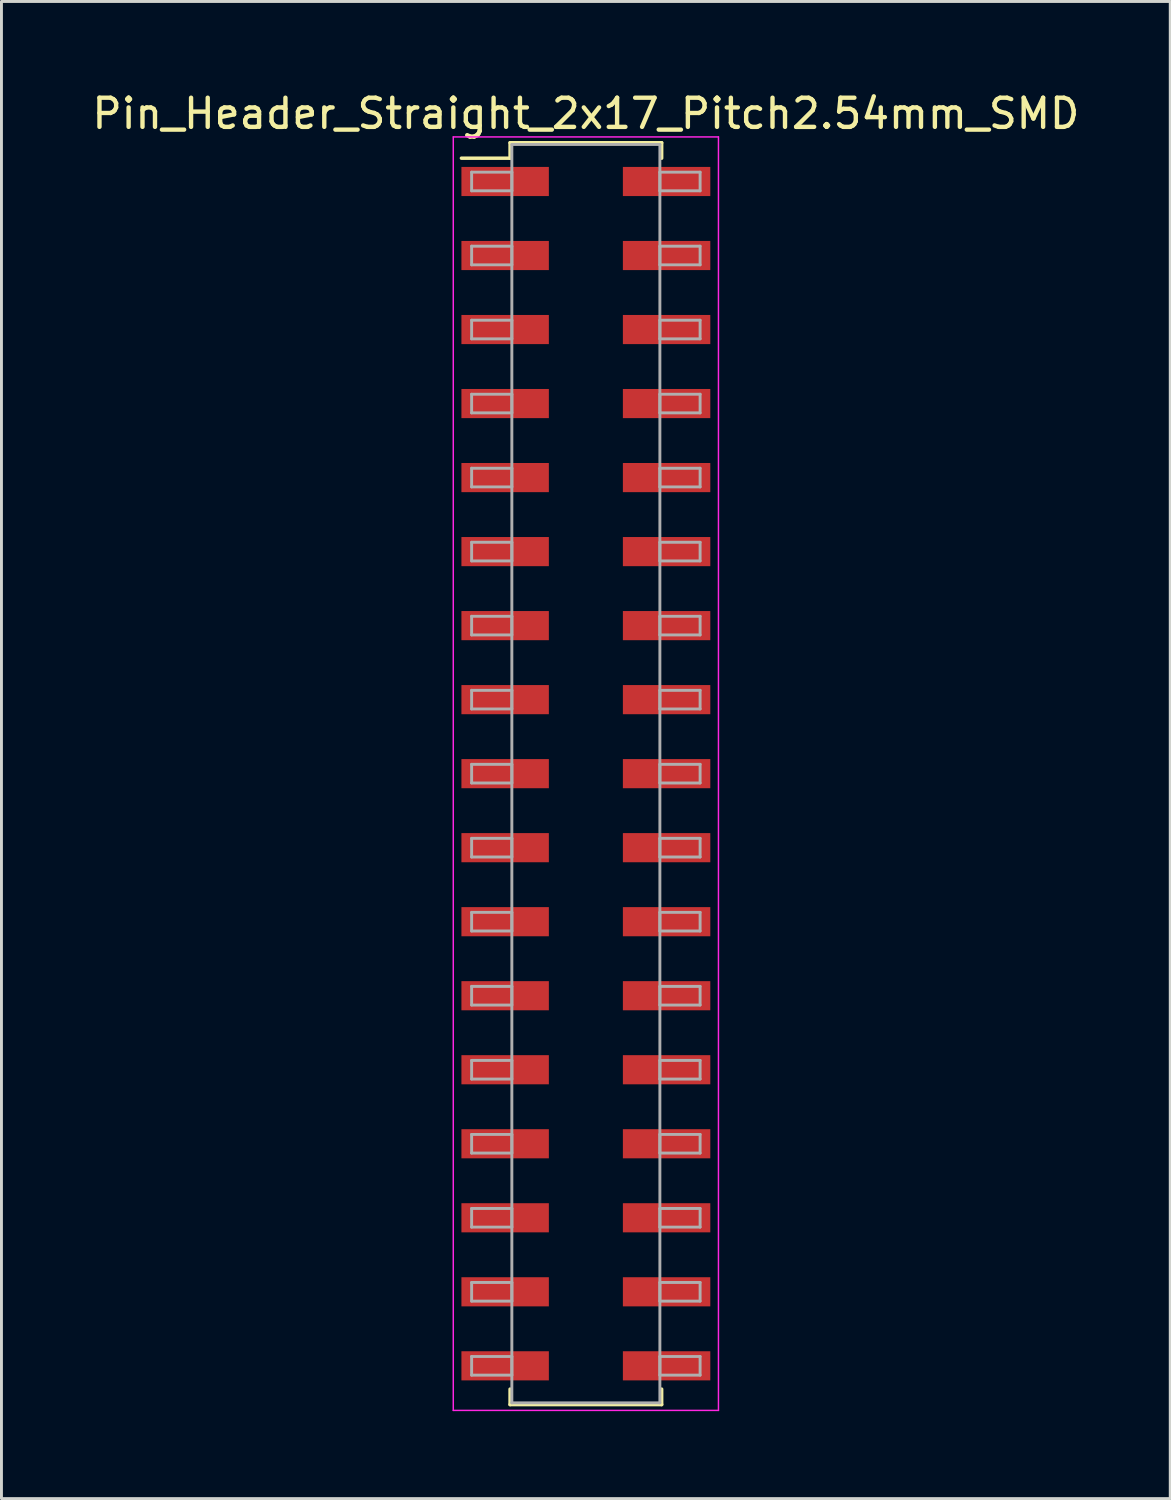
<source format=kicad_pcb>
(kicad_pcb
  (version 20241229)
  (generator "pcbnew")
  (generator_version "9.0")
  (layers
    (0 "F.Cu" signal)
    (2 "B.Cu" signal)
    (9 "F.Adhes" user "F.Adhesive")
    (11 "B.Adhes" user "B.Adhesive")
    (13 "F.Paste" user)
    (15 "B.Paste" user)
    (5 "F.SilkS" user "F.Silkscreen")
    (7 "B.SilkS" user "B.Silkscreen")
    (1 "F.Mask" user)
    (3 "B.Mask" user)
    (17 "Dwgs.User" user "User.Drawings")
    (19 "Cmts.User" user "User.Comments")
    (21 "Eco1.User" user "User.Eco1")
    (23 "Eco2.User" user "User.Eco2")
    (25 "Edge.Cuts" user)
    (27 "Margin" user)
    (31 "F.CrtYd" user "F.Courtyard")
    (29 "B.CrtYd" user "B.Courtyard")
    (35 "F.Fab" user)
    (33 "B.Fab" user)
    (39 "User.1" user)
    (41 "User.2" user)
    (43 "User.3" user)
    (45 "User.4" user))
  (footprint "Pin_Header_Straight_2x17_Pitch2.54mm_SMD"
    (layer "F.Cu")
    (at 17.054 23.498)
    (property "Reference" "Pin_Header_Straight_2x17_Pitch2.54mm_SMD" (at 0 -22.65 0) (layer "F.SilkS") (effects (font (size 1 1) (thickness 0.15))))
    (attr smd)
    (fp_line (start -4.27 -21.12) (end -2.6 -21.12) (stroke (width 0.12) (type solid)) (layer "F.SilkS"))
    (fp_line (start -2.6 -21.65) (end 2.6 -21.65) (stroke (width 0.12) (type solid)) (layer "F.SilkS"))
    (fp_line (start -2.6 -21.12) (end -2.6 -21.65) (stroke (width 0.12) (type solid)) (layer "F.SilkS"))
    (fp_line (start -2.6 21.12) (end -2.6 21.65) (stroke (width 0.12) (type solid)) (layer "F.SilkS"))
    (fp_line (start -2.6 21.65) (end 2.6 21.65) (stroke (width 0.12) (type solid)) (layer "F.SilkS"))
    (fp_line (start 2.6 -21.65) (end 2.6 -21.12) (stroke (width 0.12) (type solid)) (layer "F.SilkS"))
    (fp_line (start 2.6 21.65) (end 2.6 21.12) (stroke (width 0.12) (type solid)) (layer "F.SilkS"))
    (fp_line (start -4.55 -21.85) (end -4.55 21.85) (stroke (width 0.05) (type solid)) (layer "F.CrtYd"))
    (fp_line (start -4.55 21.85) (end 4.55 21.85) (stroke (width 0.05) (type solid)) (layer "F.CrtYd"))
    (fp_line (start 4.55 -21.85) (end -4.55 -21.85) (stroke (width 0.05) (type solid)) (layer "F.CrtYd"))
    (fp_line (start 4.55 21.85) (end 4.55 -21.85) (stroke (width 0.05) (type solid)) (layer "F.CrtYd"))
    (fp_line (start -3.92 -20.64) (end -2.54 -20.64) (stroke (width 0.1) (type solid)) (layer "F.Fab"))
    (fp_line (start -3.92 -20) (end -3.92 -20.64) (stroke (width 0.1) (type solid)) (layer "F.Fab"))
    (fp_line (start -3.92 -18.1) (end -2.54 -18.1) (stroke (width 0.1) (type solid)) (layer "F.Fab"))
    (fp_line (start -3.92 -17.46) (end -3.92 -18.1) (stroke (width 0.1) (type solid)) (layer "F.Fab"))
    (fp_line (start -3.92 -15.56) (end -2.54 -15.56) (stroke (width 0.1) (type solid)) (layer "F.Fab"))
    (fp_line (start -3.92 -14.92) (end -3.92 -15.56) (stroke (width 0.1) (type solid)) (layer "F.Fab"))
    (fp_line (start -3.92 -13.02) (end -2.54 -13.02) (stroke (width 0.1) (type solid)) (layer "F.Fab"))
    (fp_line (start -3.92 -12.38) (end -3.92 -13.02) (stroke (width 0.1) (type solid)) (layer "F.Fab"))
    (fp_line (start -3.92 -10.48) (end -2.54 -10.48) (stroke (width 0.1) (type solid)) (layer "F.Fab"))
    (fp_line (start -3.92 -9.84) (end -3.92 -10.48) (stroke (width 0.1) (type solid)) (layer "F.Fab"))
    (fp_line (start -3.92 -7.94) (end -2.54 -7.94) (stroke (width 0.1) (type solid)) (layer "F.Fab"))
    (fp_line (start -3.92 -7.3) (end -3.92 -7.94) (stroke (width 0.1) (type solid)) (layer "F.Fab"))
    (fp_line (start -3.92 -5.4) (end -2.54 -5.4) (stroke (width 0.1) (type solid)) (layer "F.Fab"))
    (fp_line (start -3.92 -4.76) (end -3.92 -5.4) (stroke (width 0.1) (type solid)) (layer "F.Fab"))
    (fp_line (start -3.92 -2.86) (end -2.54 -2.86) (stroke (width 0.1) (type solid)) (layer "F.Fab"))
    (fp_line (start -3.92 -2.22) (end -3.92 -2.86) (stroke (width 0.1) (type solid)) (layer "F.Fab"))
    (fp_line (start -3.92 -0.32) (end -2.54 -0.32) (stroke (width 0.1) (type solid)) (layer "F.Fab"))
    (fp_line (start -3.92 0.32) (end -3.92 -0.32) (stroke (width 0.1) (type solid)) (layer "F.Fab"))
    (fp_line (start -3.92 2.22) (end -2.54 2.22) (stroke (width 0.1) (type solid)) (layer "F.Fab"))
    (fp_line (start -3.92 2.86) (end -3.92 2.22) (stroke (width 0.1) (type solid)) (layer "F.Fab"))
    (fp_line (start -3.92 4.76) (end -2.54 4.76) (stroke (width 0.1) (type solid)) (layer "F.Fab"))
    (fp_line (start -3.92 5.4) (end -3.92 4.76) (stroke (width 0.1) (type solid)) (layer "F.Fab"))
    (fp_line (start -3.92 7.3) (end -2.54 7.3) (stroke (width 0.1) (type solid)) (layer "F.Fab"))
    (fp_line (start -3.92 7.94) (end -3.92 7.3) (stroke (width 0.1) (type solid)) (layer "F.Fab"))
    (fp_line (start -3.92 9.84) (end -2.54 9.84) (stroke (width 0.1) (type solid)) (layer "F.Fab"))
    (fp_line (start -3.92 10.48) (end -3.92 9.84) (stroke (width 0.1) (type solid)) (layer "F.Fab"))
    (fp_line (start -3.92 12.38) (end -2.54 12.38) (stroke (width 0.1) (type solid)) (layer "F.Fab"))
    (fp_line (start -3.92 13.02) (end -3.92 12.38) (stroke (width 0.1) (type solid)) (layer "F.Fab"))
    (fp_line (start -3.92 14.92) (end -2.54 14.92) (stroke (width 0.1) (type solid)) (layer "F.Fab"))
    (fp_line (start -3.92 15.56) (end -3.92 14.92) (stroke (width 0.1) (type solid)) (layer "F.Fab"))
    (fp_line (start -3.92 17.46) (end -2.54 17.46) (stroke (width 0.1) (type solid)) (layer "F.Fab"))
    (fp_line (start -3.92 18.1) (end -3.92 17.46) (stroke (width 0.1) (type solid)) (layer "F.Fab"))
    (fp_line (start -3.92 20) (end -2.54 20) (stroke (width 0.1) (type solid)) (layer "F.Fab"))
    (fp_line (start -3.92 20.64) (end -3.92 20) (stroke (width 0.1) (type solid)) (layer "F.Fab"))
    (fp_line (start -2.54 -21.59) (end -2.54 21.59) (stroke (width 0.1) (type solid)) (layer "F.Fab"))
    (fp_line (start -2.54 -20.64) (end -2.54 -20) (stroke (width 0.1) (type solid)) (layer "F.Fab"))
    (fp_line (start -2.54 -20) (end -3.92 -20) (stroke (width 0.1) (type solid)) (layer "F.Fab"))
    (fp_line (start -2.54 -18.1) (end -2.54 -17.46) (stroke (width 0.1) (type solid)) (layer "F.Fab"))
    (fp_line (start -2.54 -17.46) (end -3.92 -17.46) (stroke (width 0.1) (type solid)) (layer "F.Fab"))
    (fp_line (start -2.54 -15.56) (end -2.54 -14.92) (stroke (width 0.1) (type solid)) (layer "F.Fab"))
    (fp_line (start -2.54 -14.92) (end -3.92 -14.92) (stroke (width 0.1) (type solid)) (layer "F.Fab"))
    (fp_line (start -2.54 -13.02) (end -2.54 -12.38) (stroke (width 0.1) (type solid)) (layer "F.Fab"))
    (fp_line (start -2.54 -12.38) (end -3.92 -12.38) (stroke (width 0.1) (type solid)) (layer "F.Fab"))
    (fp_line (start -2.54 -10.48) (end -2.54 -9.84) (stroke (width 0.1) (type solid)) (layer "F.Fab"))
    (fp_line (start -2.54 -9.84) (end -3.92 -9.84) (stroke (width 0.1) (type solid)) (layer "F.Fab"))
    (fp_line (start -2.54 -7.94) (end -2.54 -7.3) (stroke (width 0.1) (type solid)) (layer "F.Fab"))
    (fp_line (start -2.54 -7.3) (end -3.92 -7.3) (stroke (width 0.1) (type solid)) (layer "F.Fab"))
    (fp_line (start -2.54 -5.4) (end -2.54 -4.76) (stroke (width 0.1) (type solid)) (layer "F.Fab"))
    (fp_line (start -2.54 -4.76) (end -3.92 -4.76) (stroke (width 0.1) (type solid)) (layer "F.Fab"))
    (fp_line (start -2.54 -2.86) (end -2.54 -2.22) (stroke (width 0.1) (type solid)) (layer "F.Fab"))
    (fp_line (start -2.54 -2.22) (end -3.92 -2.22) (stroke (width 0.1) (type solid)) (layer "F.Fab"))
    (fp_line (start -2.54 -0.32) (end -2.54 0.32) (stroke (width 0.1) (type solid)) (layer "F.Fab"))
    (fp_line (start -2.54 0.32) (end -3.92 0.32) (stroke (width 0.1) (type solid)) (layer "F.Fab"))
    (fp_line (start -2.54 2.22) (end -2.54 2.86) (stroke (width 0.1) (type solid)) (layer "F.Fab"))
    (fp_line (start -2.54 2.86) (end -3.92 2.86) (stroke (width 0.1) (type solid)) (layer "F.Fab"))
    (fp_line (start -2.54 4.76) (end -2.54 5.4) (stroke (width 0.1) (type solid)) (layer "F.Fab"))
    (fp_line (start -2.54 5.4) (end -3.92 5.4) (stroke (width 0.1) (type solid)) (layer "F.Fab"))
    (fp_line (start -2.54 7.3) (end -2.54 7.94) (stroke (width 0.1) (type solid)) (layer "F.Fab"))
    (fp_line (start -2.54 7.94) (end -3.92 7.94) (stroke (width 0.1) (type solid)) (layer "F.Fab"))
    (fp_line (start -2.54 9.84) (end -2.54 10.48) (stroke (width 0.1) (type solid)) (layer "F.Fab"))
    (fp_line (start -2.54 10.48) (end -3.92 10.48) (stroke (width 0.1) (type solid)) (layer "F.Fab"))
    (fp_line (start -2.54 12.38) (end -2.54 13.02) (stroke (width 0.1) (type solid)) (layer "F.Fab"))
    (fp_line (start -2.54 13.02) (end -3.92 13.02) (stroke (width 0.1) (type solid)) (layer "F.Fab"))
    (fp_line (start -2.54 14.92) (end -2.54 15.56) (stroke (width 0.1) (type solid)) (layer "F.Fab"))
    (fp_line (start -2.54 15.56) (end -3.92 15.56) (stroke (width 0.1) (type solid)) (layer "F.Fab"))
    (fp_line (start -2.54 17.46) (end -2.54 18.1) (stroke (width 0.1) (type solid)) (layer "F.Fab"))
    (fp_line (start -2.54 18.1) (end -3.92 18.1) (stroke (width 0.1) (type solid)) (layer "F.Fab"))
    (fp_line (start -2.54 20) (end -2.54 20.64) (stroke (width 0.1) (type solid)) (layer "F.Fab"))
    (fp_line (start -2.54 20.64) (end -3.92 20.64) (stroke (width 0.1) (type solid)) (layer "F.Fab"))
    (fp_line (start -2.54 21.59) (end 2.54 21.59) (stroke (width 0.1) (type solid)) (layer "F.Fab"))
    (fp_line (start 2.54 -21.59) (end -2.54 -21.59) (stroke (width 0.1) (type solid)) (layer "F.Fab"))
    (fp_line (start 2.54 -20.64) (end 2.54 -20) (stroke (width 0.1) (type solid)) (layer "F.Fab"))
    (fp_line (start 2.54 -20) (end 3.92 -20) (stroke (width 0.1) (type solid)) (layer "F.Fab"))
    (fp_line (start 2.54 -18.1) (end 2.54 -17.46) (stroke (width 0.1) (type solid)) (layer "F.Fab"))
    (fp_line (start 2.54 -17.46) (end 3.92 -17.46) (stroke (width 0.1) (type solid)) (layer "F.Fab"))
    (fp_line (start 2.54 -15.56) (end 2.54 -14.92) (stroke (width 0.1) (type solid)) (layer "F.Fab"))
    (fp_line (start 2.54 -14.92) (end 3.92 -14.92) (stroke (width 0.1) (type solid)) (layer "F.Fab"))
    (fp_line (start 2.54 -13.02) (end 2.54 -12.38) (stroke (width 0.1) (type solid)) (layer "F.Fab"))
    (fp_line (start 2.54 -12.38) (end 3.92 -12.38) (stroke (width 0.1) (type solid)) (layer "F.Fab"))
    (fp_line (start 2.54 -10.48) (end 2.54 -9.84) (stroke (width 0.1) (type solid)) (layer "F.Fab"))
    (fp_line (start 2.54 -9.84) (end 3.92 -9.84) (stroke (width 0.1) (type solid)) (layer "F.Fab"))
    (fp_line (start 2.54 -7.94) (end 2.54 -7.3) (stroke (width 0.1) (type solid)) (layer "F.Fab"))
    (fp_line (start 2.54 -7.3) (end 3.92 -7.3) (stroke (width 0.1) (type solid)) (layer "F.Fab"))
    (fp_line (start 2.54 -5.4) (end 2.54 -4.76) (stroke (width 0.1) (type solid)) (layer "F.Fab"))
    (fp_line (start 2.54 -4.76) (end 3.92 -4.76) (stroke (width 0.1) (type solid)) (layer "F.Fab"))
    (fp_line (start 2.54 -2.86) (end 2.54 -2.22) (stroke (width 0.1) (type solid)) (layer "F.Fab"))
    (fp_line (start 2.54 -2.22) (end 3.92 -2.22) (stroke (width 0.1) (type solid)) (layer "F.Fab"))
    (fp_line (start 2.54 -0.32) (end 2.54 0.32) (stroke (width 0.1) (type solid)) (layer "F.Fab"))
    (fp_line (start 2.54 0.32) (end 3.92 0.32) (stroke (width 0.1) (type solid)) (layer "F.Fab"))
    (fp_line (start 2.54 2.22) (end 2.54 2.86) (stroke (width 0.1) (type solid)) (layer "F.Fab"))
    (fp_line (start 2.54 2.86) (end 3.92 2.86) (stroke (width 0.1) (type solid)) (layer "F.Fab"))
    (fp_line (start 2.54 4.76) (end 2.54 5.4) (stroke (width 0.1) (type solid)) (layer "F.Fab"))
    (fp_line (start 2.54 5.4) (end 3.92 5.4) (stroke (width 0.1) (type solid)) (layer "F.Fab"))
    (fp_line (start 2.54 7.3) (end 2.54 7.94) (stroke (width 0.1) (type solid)) (layer "F.Fab"))
    (fp_line (start 2.54 7.94) (end 3.92 7.94) (stroke (width 0.1) (type solid)) (layer "F.Fab"))
    (fp_line (start 2.54 9.84) (end 2.54 10.48) (stroke (width 0.1) (type solid)) (layer "F.Fab"))
    (fp_line (start 2.54 10.48) (end 3.92 10.48) (stroke (width 0.1) (type solid)) (layer "F.Fab"))
    (fp_line (start 2.54 12.38) (end 2.54 13.02) (stroke (width 0.1) (type solid)) (layer "F.Fab"))
    (fp_line (start 2.54 13.02) (end 3.92 13.02) (stroke (width 0.1) (type solid)) (layer "F.Fab"))
    (fp_line (start 2.54 14.92) (end 2.54 15.56) (stroke (width 0.1) (type solid)) (layer "F.Fab"))
    (fp_line (start 2.54 15.56) (end 3.92 15.56) (stroke (width 0.1) (type solid)) (layer "F.Fab"))
    (fp_line (start 2.54 17.46) (end 2.54 18.1) (stroke (width 0.1) (type solid)) (layer "F.Fab"))
    (fp_line (start 2.54 18.1) (end 3.92 18.1) (stroke (width 0.1) (type solid)) (layer "F.Fab"))
    (fp_line (start 2.54 20) (end 2.54 20.64) (stroke (width 0.1) (type solid)) (layer "F.Fab"))
    (fp_line (start 2.54 20.64) (end 3.92 20.64) (stroke (width 0.1) (type solid)) (layer "F.Fab"))
    (fp_line (start 2.54 21.59) (end 2.54 -21.59) (stroke (width 0.1) (type solid)) (layer "F.Fab"))
    (fp_line (start 3.92 -20.64) (end 2.54 -20.64) (stroke (width 0.1) (type solid)) (layer "F.Fab"))
    (fp_line (start 3.92 -20) (end 3.92 -20.64) (stroke (width 0.1) (type solid)) (layer "F.Fab"))
    (fp_line (start 3.92 -18.1) (end 2.54 -18.1) (stroke (width 0.1) (type solid)) (layer "F.Fab"))
    (fp_line (start 3.92 -17.46) (end 3.92 -18.1) (stroke (width 0.1) (type solid)) (layer "F.Fab"))
    (fp_line (start 3.92 -15.56) (end 2.54 -15.56) (stroke (width 0.1) (type solid)) (layer "F.Fab"))
    (fp_line (start 3.92 -14.92) (end 3.92 -15.56) (stroke (width 0.1) (type solid)) (layer "F.Fab"))
    (fp_line (start 3.92 -13.02) (end 2.54 -13.02) (stroke (width 0.1) (type solid)) (layer "F.Fab"))
    (fp_line (start 3.92 -12.38) (end 3.92 -13.02) (stroke (width 0.1) (type solid)) (layer "F.Fab"))
    (fp_line (start 3.92 -10.48) (end 2.54 -10.48) (stroke (width 0.1) (type solid)) (layer "F.Fab"))
    (fp_line (start 3.92 -9.84) (end 3.92 -10.48) (stroke (width 0.1) (type solid)) (layer "F.Fab"))
    (fp_line (start 3.92 -7.94) (end 2.54 -7.94) (stroke (width 0.1) (type solid)) (layer "F.Fab"))
    (fp_line (start 3.92 -7.3) (end 3.92 -7.94) (stroke (width 0.1) (type solid)) (layer "F.Fab"))
    (fp_line (start 3.92 -5.4) (end 2.54 -5.4) (stroke (width 0.1) (type solid)) (layer "F.Fab"))
    (fp_line (start 3.92 -4.76) (end 3.92 -5.4) (stroke (width 0.1) (type solid)) (layer "F.Fab"))
    (fp_line (start 3.92 -2.86) (end 2.54 -2.86) (stroke (width 0.1) (type solid)) (layer "F.Fab"))
    (fp_line (start 3.92 -2.22) (end 3.92 -2.86) (stroke (width 0.1) (type solid)) (layer "F.Fab"))
    (fp_line (start 3.92 -0.32) (end 2.54 -0.32) (stroke (width 0.1) (type solid)) (layer "F.Fab"))
    (fp_line (start 3.92 0.32) (end 3.92 -0.32) (stroke (width 0.1) (type solid)) (layer "F.Fab"))
    (fp_line (start 3.92 2.22) (end 2.54 2.22) (stroke (width 0.1) (type solid)) (layer "F.Fab"))
    (fp_line (start 3.92 2.86) (end 3.92 2.22) (stroke (width 0.1) (type solid)) (layer "F.Fab"))
    (fp_line (start 3.92 4.76) (end 2.54 4.76) (stroke (width 0.1) (type solid)) (layer "F.Fab"))
    (fp_line (start 3.92 5.4) (end 3.92 4.76) (stroke (width 0.1) (type solid)) (layer "F.Fab"))
    (fp_line (start 3.92 7.3) (end 2.54 7.3) (stroke (width 0.1) (type solid)) (layer "F.Fab"))
    (fp_line (start 3.92 7.94) (end 3.92 7.3) (stroke (width 0.1) (type solid)) (layer "F.Fab"))
    (fp_line (start 3.92 9.84) (end 2.54 9.84) (stroke (width 0.1) (type solid)) (layer "F.Fab"))
    (fp_line (start 3.92 10.48) (end 3.92 9.84) (stroke (width 0.1) (type solid)) (layer "F.Fab"))
    (fp_line (start 3.92 12.38) (end 2.54 12.38) (stroke (width 0.1) (type solid)) (layer "F.Fab"))
    (fp_line (start 3.92 13.02) (end 3.92 12.38) (stroke (width 0.1) (type solid)) (layer "F.Fab"))
    (fp_line (start 3.92 14.92) (end 2.54 14.92) (stroke (width 0.1) (type solid)) (layer "F.Fab"))
    (fp_line (start 3.92 15.56) (end 3.92 14.92) (stroke (width 0.1) (type solid)) (layer "F.Fab"))
    (fp_line (start 3.92 17.46) (end 2.54 17.46) (stroke (width 0.1) (type solid)) (layer "F.Fab"))
    (fp_line (start 3.92 18.1) (end 3.92 17.46) (stroke (width 0.1) (type solid)) (layer "F.Fab"))
    (fp_line (start 3.92 20) (end 2.54 20) (stroke (width 0.1) (type solid)) (layer "F.Fab"))
    (fp_line (start 3.92 20.64) (end 3.92 20) (stroke (width 0.1) (type solid)) (layer "F.Fab"))
    (pad "1" smd rect (at -2.77 -20.32) (size 3 1) (layers "F.Cu" "F.Mask"))
    (pad "2" smd rect (at 2.77 -20.32) (size 3 1) (layers "F.Cu" "F.Mask"))
    (pad "3" smd rect (at -2.77 -17.78) (size 3 1) (layers "F.Cu" "F.Mask"))
    (pad "4" smd rect (at 2.77 -17.78) (size 3 1) (layers "F.Cu" "F.Mask"))
    (pad "5" smd rect (at -2.77 -15.24) (size 3 1) (layers "F.Cu" "F.Mask"))
    (pad "6" smd rect (at 2.77 -15.24) (size 3 1) (layers "F.Cu" "F.Mask"))
    (pad "7" smd rect (at -2.77 -12.7) (size 3 1) (layers "F.Cu" "F.Mask"))
    (pad "8" smd rect (at 2.77 -12.7) (size 3 1) (layers "F.Cu" "F.Mask"))
    (pad "9" smd rect (at -2.77 -10.16) (size 3 1) (layers "F.Cu" "F.Mask"))
    (pad "10" smd rect (at 2.77 -10.16) (size 3 1) (layers "F.Cu" "F.Mask"))
    (pad "11" smd rect (at -2.77 -7.62) (size 3 1) (layers "F.Cu" "F.Mask"))
    (pad "12" smd rect (at 2.77 -7.62) (size 3 1) (layers "F.Cu" "F.Mask"))
    (pad "13" smd rect (at -2.77 -5.08) (size 3 1) (layers "F.Cu" "F.Mask"))
    (pad "14" smd rect (at 2.77 -5.08) (size 3 1) (layers "F.Cu" "F.Mask"))
    (pad "15" smd rect (at -2.77 -2.54) (size 3 1) (layers "F.Cu" "F.Mask"))
    (pad "16" smd rect (at 2.77 -2.54) (size 3 1) (layers "F.Cu" "F.Mask"))
    (pad "17" smd rect (at -2.77 0) (size 3 1) (layers "F.Cu" "F.Mask"))
    (pad "18" smd rect (at 2.77 0) (size 3 1) (layers "F.Cu" "F.Mask"))
    (pad "19" smd rect (at -2.77 2.54) (size 3 1) (layers "F.Cu" "F.Mask"))
    (pad "20" smd rect (at 2.77 2.54) (size 3 1) (layers "F.Cu" "F.Mask"))
    (pad "21" smd rect (at -2.77 5.08) (size 3 1) (layers "F.Cu" "F.Mask"))
    (pad "22" smd rect (at 2.77 5.08) (size 3 1) (layers "F.Cu" "F.Mask"))
    (pad "23" smd rect (at -2.77 7.62) (size 3 1) (layers "F.Cu" "F.Mask"))
    (pad "24" smd rect (at 2.77 7.62) (size 3 1) (layers "F.Cu" "F.Mask"))
    (pad "25" smd rect (at -2.77 10.16) (size 3 1) (layers "F.Cu" "F.Mask"))
    (pad "26" smd rect (at 2.77 10.16) (size 3 1) (layers "F.Cu" "F.Mask"))
    (pad "27" smd rect (at -2.77 12.7) (size 3 1) (layers "F.Cu" "F.Mask"))
    (pad "28" smd rect (at 2.77 12.7) (size 3 1) (layers "F.Cu" "F.Mask"))
    (pad "29" smd rect (at -2.77 15.24) (size 3 1) (layers "F.Cu" "F.Mask"))
    (pad "30" smd rect (at 2.77 15.24) (size 3 1) (layers "F.Cu" "F.Mask"))
    (pad "31" smd rect (at -2.77 17.78) (size 3 1) (layers "F.Cu" "F.Mask"))
    (pad "32" smd rect (at 2.77 17.78) (size 3 1) (layers "F.Cu" "F.Mask"))
    (pad "33" smd rect (at -2.77 20.32) (size 3 1) (layers "F.Cu" "F.Mask"))
    (pad "34" smd rect (at 2.77 20.32) (size 3 1) (layers "F.Cu" "F.Mask")))
  (gr_rect
    (start -3 -3)
    (end 37.107 48.373)
    (stroke (width 0.1) (type default))
    (fill no)
    (layer "Edge.Cuts")))
</source>
